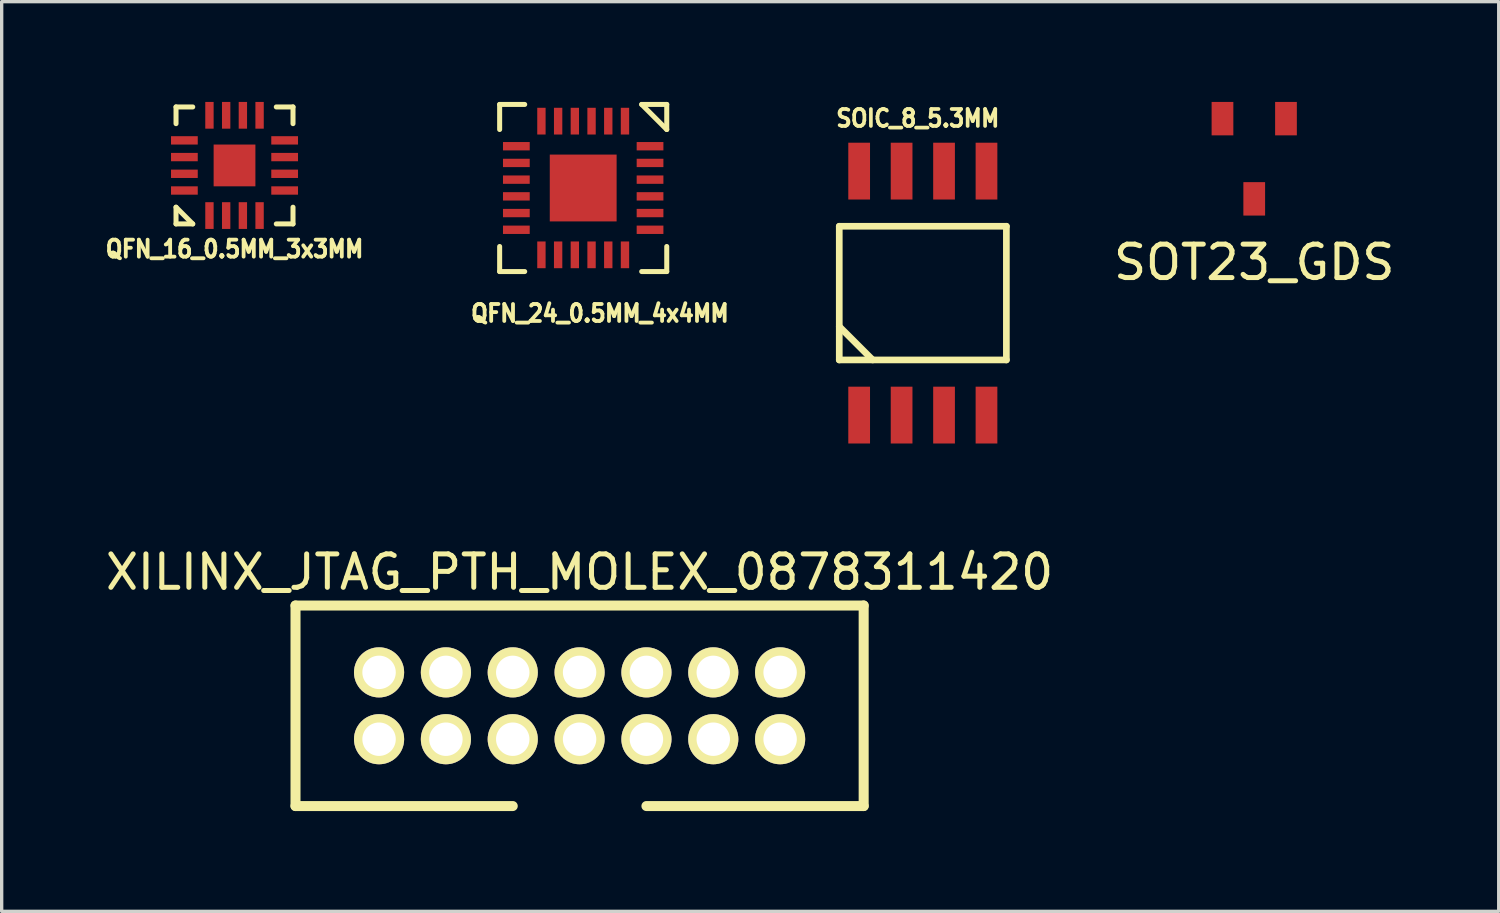
<source format=kicad_pcb>
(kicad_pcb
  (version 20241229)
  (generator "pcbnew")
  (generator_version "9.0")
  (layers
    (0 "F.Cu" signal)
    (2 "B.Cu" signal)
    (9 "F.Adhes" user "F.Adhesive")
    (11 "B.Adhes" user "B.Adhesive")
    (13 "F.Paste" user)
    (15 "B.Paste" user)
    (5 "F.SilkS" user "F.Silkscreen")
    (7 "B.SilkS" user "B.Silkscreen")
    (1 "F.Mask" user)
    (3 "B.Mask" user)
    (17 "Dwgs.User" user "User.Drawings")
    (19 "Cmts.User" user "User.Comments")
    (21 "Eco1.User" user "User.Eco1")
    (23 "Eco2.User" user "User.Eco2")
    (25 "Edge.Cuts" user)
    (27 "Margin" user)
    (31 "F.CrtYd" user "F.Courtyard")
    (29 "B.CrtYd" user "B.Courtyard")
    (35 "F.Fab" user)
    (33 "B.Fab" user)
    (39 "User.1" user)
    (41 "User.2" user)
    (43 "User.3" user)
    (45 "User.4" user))
  (footprint "SOT23_GDS"
    (layer "F.Cu")
    (at 34.478 1.7)
    (property "Reference" "SOT23_GDS" (at 0 3.1 0) (layer "F.SilkS") (effects (font (size 1 1) (thickness 0.15))))
    (attr through_hole)
    (pad "D" smd rect (at 0 1.2) (size 0.65 1) (layers "F.Cu" "F.Mask" "F.Paste"))
    (pad "G" smd rect (at 0.95 -1.2) (size 0.65 1) (layers "F.Cu" "F.Mask" "F.Paste"))
    (pad "S" smd rect (at -0.95 -1.2) (size 0.65 1) (layers "F.Cu" "F.Mask" "F.Paste")))
  (footprint "SOIC_8_5.3MM"
    (layer "F.Cu")
    (at 24.562 5.72)
    (property "Reference" "SOIC_8_5.3MM" (at -0.15 -5.23 0) (layer "F.SilkS") (effects (font (size 0.508 0.457) (thickness 0.11))))
    (attr through_hole)
    (fp_line (start -2.5 -2) (end -2.5 2) (stroke (width 0.2) (type solid)) (layer "F.SilkS"))
    (fp_line (start -2.5 1) (end -1.5 2) (stroke (width 0.2) (type solid)) (layer "F.SilkS"))
    (fp_line (start -2.5 2) (end 2.5 2) (stroke (width 0.2) (type solid)) (layer "F.SilkS"))
    (fp_line (start 2.5 -2) (end -2.5 -2) (stroke (width 0.2) (type solid)) (layer "F.SilkS"))
    (fp_line (start 2.5 2) (end 2.5 -2) (stroke (width 0.2) (type solid)) (layer "F.SilkS"))
    (pad "1" smd rect (at -1.905 3.65) (size 0.65 1.7) (layers "F.Cu" "F.Mask" "F.Paste"))
    (pad "2" smd rect (at -0.635 3.65) (size 0.65 1.7) (layers "F.Cu" "F.Mask" "F.Paste"))
    (pad "3" smd rect (at 0.635 3.65) (size 0.65 1.7) (layers "F.Cu" "F.Mask" "F.Paste"))
    (pad "4" smd rect (at 1.905 3.65) (size 0.65 1.7) (layers "F.Cu" "F.Mask" "F.Paste"))
    (pad "5" smd rect (at 1.905 -3.65) (size 0.65 1.7) (layers "F.Cu" "F.Mask" "F.Paste"))
    (pad "6" smd rect (at 0.635 -3.65) (size 0.65 1.7) (layers "F.Cu" "F.Mask" "F.Paste"))
    (pad "7" smd rect (at -0.635 -3.65) (size 0.65 1.7) (layers "F.Cu" "F.Mask" "F.Paste"))
    (pad "8" smd rect (at -1.905 -3.65) (size 0.65 1.7) (layers "F.Cu" "F.Mask" "F.Paste")))
  (footprint "XILINX_JTAG_PTH_MOLEX_0878311420"
    (layer "F.Cu")
    (at 14.292 18.068)
    (property "Reference" "XILINX_JTAG_PTH_MOLEX_0878311420" (at 0 -4 0) (layer "F.SilkS") (effects (font (size 1 1) (thickness 0.15))))
    (attr through_hole)
    (fp_line (start -8.5 -3) (end -8.5 3) (stroke (width 0.3) (type solid)) (layer "F.SilkS"))
    (fp_line (start -2 3) (end -8.5 3) (stroke (width 0.3) (type solid)) (layer "F.SilkS"))
    (fp_line (start 8.5 -3) (end -8.5 -3) (stroke (width 0.3) (type solid)) (layer "F.SilkS"))
    (fp_line (start 8.5 -3) (end 8.5 3) (stroke (width 0.3) (type solid)) (layer "F.SilkS"))
    (fp_line (start 8.5 3) (end 2 3) (stroke (width 0.3) (type solid)) (layer "F.SilkS"))
    (pad "1" thru_hole circle (at -6 1) (size 1.5 1.5) (drill 1) (layers "*.Cu" "*.Mask" "F.SilkS"))
    (pad "2" thru_hole circle (at -6 -1) (size 1.5 1.5) (drill 1) (layers "*.Cu" "*.Mask" "F.SilkS"))
    (pad "3" thru_hole circle (at -4 1) (size 1.5 1.5) (drill 1) (layers "*.Cu" "*.Mask" "F.SilkS"))
    (pad "4" thru_hole circle (at -4 -1) (size 1.5 1.5) (drill 1) (layers "*.Cu" "*.Mask" "F.SilkS"))
    (pad "5" thru_hole circle (at -2 1) (size 1.5 1.5) (drill 1) (layers "*.Cu" "*.Mask" "F.SilkS"))
    (pad "6" thru_hole circle (at -2 -1) (size 1.5 1.5) (drill 1) (layers "*.Cu" "*.Mask" "F.SilkS"))
    (pad "7" thru_hole circle (at 0 1) (size 1.5 1.5) (drill 1) (layers "*.Cu" "*.Mask" "F.SilkS"))
    (pad "8" thru_hole circle (at 0 -1) (size 1.5 1.5) (drill 1) (layers "*.Cu" "*.Mask" "F.SilkS"))
    (pad "9" thru_hole circle (at 2 1) (size 1.5 1.5) (drill 1) (layers "*.Cu" "*.Mask" "F.SilkS"))
    (pad "10" thru_hole circle (at 2 -1) (size 1.5 1.5) (drill 1) (layers "*.Cu" "*.Mask" "F.SilkS"))
    (pad "11" thru_hole circle (at 4 1) (size 1.5 1.5) (drill 1) (layers "*.Cu" "*.Mask" "F.SilkS"))
    (pad "12" thru_hole circle (at 4 -1) (size 1.5 1.5) (drill 1) (layers "*.Cu" "*.Mask" "F.SilkS"))
    (pad "13" thru_hole circle (at 6 1) (size 1.5 1.5) (drill 1) (layers "*.Cu" "*.Mask" "F.SilkS"))
    (pad "14" thru_hole circle (at 6 -1) (size 1.5 1.5) (drill 1) (layers "*.Cu" "*.Mask" "F.SilkS")))
  (footprint "QFN_16_0.5MM_3x3MM"
    (layer "F.Cu")
    (at 3.967 1.9)
    (property "Reference" "QFN_16_0.5MM_3x3MM" (at 0 2.5 0) (layer "F.SilkS") (effects (font (size 0.508 0.457) (thickness 0.114))))
    (attr through_hole)
    (fp_line (start -1.75 -1.75) (end -1.25 -1.75) (stroke (width 0.15) (type solid)) (layer "F.SilkS"))
    (fp_line (start -1.75 -1.25) (end -1.75 -1.75) (stroke (width 0.15) (type solid)) (layer "F.SilkS"))
    (fp_line (start -1.75 1.25) (end -1.25 1.75) (stroke (width 0.15) (type solid)) (layer "F.SilkS"))
    (fp_line (start -1.75 1.75) (end -1.75 1.25) (stroke (width 0.15) (type solid)) (layer "F.SilkS"))
    (fp_line (start -1.25 1.75) (end -1.75 1.75) (stroke (width 0.15) (type solid)) (layer "F.SilkS"))
    (fp_line (start 1.25 -1.75) (end 1.75 -1.75) (stroke (width 0.15) (type solid)) (layer "F.SilkS"))
    (fp_line (start 1.75 -1.75) (end 1.75 -1.25) (stroke (width 0.15) (type solid)) (layer "F.SilkS"))
    (fp_line (start 1.75 1.25) (end 1.75 1.75) (stroke (width 0.15) (type solid)) (layer "F.SilkS"))
    (fp_line (start 1.75 1.75) (end 1.25 1.75) (stroke (width 0.15) (type solid)) (layer "F.SilkS"))
    (pad "1" smd rect (at -0.75 1.5) (size 0.25 0.8) (layers "F.Cu" "F.Mask" "F.Paste"))
    (pad "2" smd rect (at -0.25 1.5) (size 0.25 0.8) (layers "F.Cu" "F.Mask" "F.Paste"))
    (pad "3" smd rect (at 0.25 1.5) (size 0.25 0.8) (layers "F.Cu" "F.Mask" "F.Paste"))
    (pad "4" smd rect (at 0.75 1.5) (size 0.25 0.8) (layers "F.Cu" "F.Mask" "F.Paste"))
    (pad "5" smd rect (at 1.5 0.75 90) (size 0.25 0.8) (layers "F.Cu" "F.Mask" "F.Paste"))
    (pad "6" smd rect (at 1.5 0.25 90) (size 0.25 0.8) (layers "F.Cu" "F.Mask" "F.Paste"))
    (pad "7" smd rect (at 1.5 -0.25 90) (size 0.25 0.8) (layers "F.Cu" "F.Mask" "F.Paste"))
    (pad "8" smd rect (at 1.5 -0.75 270) (size 0.25 0.8) (layers "F.Cu" "F.Mask" "F.Paste"))
    (pad "9" smd rect (at 0.75 -1.5) (size 0.25 0.8) (layers "F.Cu" "F.Mask" "F.Paste"))
    (pad "10" smd rect (at 0.25 -1.5) (size 0.25 0.8) (layers "F.Cu" "F.Mask" "F.Paste"))
    (pad "11" smd rect (at -0.25 -1.5) (size 0.25 0.8) (layers "F.Cu" "F.Mask" "F.Paste"))
    (pad "12" smd rect (at -0.75 -1.5) (size 0.25 0.8) (layers "F.Cu" "F.Mask" "F.Paste"))
    (pad "13" smd rect (at -1.5 -0.75 90) (size 0.25 0.8) (layers "F.Cu" "F.Mask" "F.Paste"))
    (pad "14" smd rect (at -1.5 -0.25 90) (size 0.25 0.8) (layers "F.Cu" "F.Mask" "F.Paste"))
    (pad "15" smd rect (at -1.5 0.25 90) (size 0.25 0.8) (layers "F.Cu" "F.Mask" "F.Paste"))
    (pad "16" smd rect (at -1.5 0.75 90) (size 0.25 0.8) (layers "F.Cu" "F.Mask" "F.Paste"))
    (pad "PAD" smd rect (at -0.25 -0.25) (size 0.5 0.5) (layers "F.Cu" "F.Paste"))
    (pad "PAD" smd rect (at -0.25 0.25) (size 0.5 0.5) (layers "F.Cu" "F.Paste"))
    (pad "PAD" smd rect (at 0 0) (size 1.25 1.25) (layers "F.Cu" "F.Mask"))
    (pad "PAD" smd rect (at 0.25 -0.25) (size 0.5 0.5) (layers "F.Cu" "F.Paste"))
    (pad "PAD" smd rect (at 0.25 0.25) (size 0.5 0.5) (layers "F.Cu" "F.Paste")))
  (footprint "QFN_24_0.5MM_4x4MM"
    (layer "F.Cu")
    (at 14.4 2.575)
    (property "Reference" "QFN_24_0.5MM_4x4MM" (at 0.5 3.75 0) (layer "F.SilkS") (effects (font (size 0.508 0.457) (thickness 0.114))))
    (attr through_hole)
    (fp_line (start -2.5 -2.5) (end -2.5 -1.75) (stroke (width 0.15) (type solid)) (layer "F.SilkS"))
    (fp_line (start -2.5 1.75) (end -2.5 2.5) (stroke (width 0.15) (type solid)) (layer "F.SilkS"))
    (fp_line (start -2.5 2.5) (end -1.75 2.5) (stroke (width 0.15) (type solid)) (layer "F.SilkS"))
    (fp_line (start -1.75 -2.5) (end -2.5 -2.5) (stroke (width 0.15) (type solid)) (layer "F.SilkS"))
    (fp_line (start 1.75 -2.5) (end 2.5 -2.5) (stroke (width 0.15) (type solid)) (layer "F.SilkS"))
    (fp_line (start 2.5 -2.5) (end 2.5 -1.75) (stroke (width 0.15) (type solid)) (layer "F.SilkS"))
    (fp_line (start 2.5 -1.75) (end 1.75 -2.5) (stroke (width 0.15) (type solid)) (layer "F.SilkS"))
    (fp_line (start 2.5 1.75) (end 2.5 2.5) (stroke (width 0.15) (type solid)) (layer "F.SilkS"))
    (fp_line (start 2.5 2.5) (end 1.75 2.5) (stroke (width 0.15) (type solid)) (layer "F.SilkS"))
    (pad "1" smd rect (at 1.25 -2) (size 0.25 0.8) (layers "F.Cu" "F.Mask" "F.Paste"))
    (pad "2" smd rect (at 0.75 -2) (size 0.25 0.8) (layers "F.Cu" "F.Mask" "F.Paste"))
    (pad "3" smd rect (at 0.25 -2) (size 0.25 0.8) (layers "F.Cu" "F.Mask" "F.Paste"))
    (pad "4" smd rect (at -0.25 -2) (size 0.25 0.8) (layers "F.Cu" "F.Mask" "F.Paste"))
    (pad "5" smd rect (at -0.75 -2) (size 0.25 0.8) (layers "F.Cu" "F.Mask" "F.Paste"))
    (pad "6" smd rect (at -1.25 -2) (size 0.25 0.8) (layers "F.Cu" "F.Mask" "F.Paste"))
    (pad "7" smd rect (at -2 -1.25 270) (size 0.25 0.8) (layers "F.Cu" "F.Mask" "F.Paste"))
    (pad "8" smd rect (at -2 -0.75 90) (size 0.25 0.8) (layers "F.Cu" "F.Mask" "F.Paste"))
    (pad "9" smd rect (at -2 -0.25 90) (size 0.25 0.8) (layers "F.Cu" "F.Mask" "F.Paste"))
    (pad "10" smd rect (at -2 0.25 90) (size 0.25 0.8) (layers "F.Cu" "F.Mask" "F.Paste"))
    (pad "11" smd rect (at -2 0.75 90) (size 0.25 0.8) (layers "F.Cu" "F.Mask" "F.Paste"))
    (pad "12" smd rect (at -2 1.25 90) (size 0.25 0.8) (layers "F.Cu" "F.Mask" "F.Paste"))
    (pad "13" smd rect (at -1.25 2 180) (size 0.25 0.8) (layers "F.Cu" "F.Mask" "F.Paste"))
    (pad "14" smd rect (at -0.75 2) (size 0.25 0.8) (layers "F.Cu" "F.Mask" "F.Paste"))
    (pad "15" smd rect (at -0.25 2) (size 0.25 0.8) (layers "F.Cu" "F.Mask" "F.Paste"))
    (pad "16" smd rect (at 0.25 2) (size 0.25 0.8) (layers "F.Cu" "F.Mask" "F.Paste"))
    (pad "17" smd rect (at 0.75 2) (size 0.25 0.8) (layers "F.Cu" "F.Mask" "F.Paste"))
    (pad "18" smd rect (at 1.25 2) (size 0.25 0.8) (layers "F.Cu" "F.Mask" "F.Paste"))
    (pad "19" smd rect (at 2 1.25 90) (size 0.25 0.8) (layers "F.Cu" "F.Mask" "F.Paste"))
    (pad "20" smd rect (at 2 0.75 90) (size 0.25 0.8) (layers "F.Cu" "F.Mask" "F.Paste"))
    (pad "21" smd rect (at 2 0.25 90) (size 0.25 0.8) (layers "F.Cu" "F.Mask" "F.Paste"))
    (pad "22" smd rect (at 2 -0.25 90) (size 0.25 0.8) (layers "F.Cu" "F.Mask" "F.Paste"))
    (pad "23" smd rect (at 2 -0.75 90) (size 0.25 0.8) (layers "F.Cu" "F.Mask" "F.Paste"))
    (pad "24" smd rect (at 2 -1.25 90) (size 0.25 0.8) (layers "F.Cu" "F.Mask" "F.Paste"))
    (pad "PAD" smd rect (at -0.5 -0.5) (size 0.5 0.5) (layers "F.Cu" "F.Paste"))
    (pad "PAD" smd rect (at -0.5 0.5) (size 0.5 0.5) (layers "F.Cu" "F.Paste"))
    (pad "PAD" smd rect (at 0 0) (size 0.5 0.5) (layers "F.Cu" "F.Paste"))
    (pad "PAD" smd rect (at 0 0) (size 2 2) (layers "F.Cu" "F.Mask"))
    (pad "PAD" smd rect (at 0.5 -0.5) (size 0.5 0.5) (layers "F.Cu" "F.Paste"))
    (pad "PAD" smd rect (at 0.5 0.5) (size 0.5 0.5) (layers "F.Cu" "F.Paste")))
  (gr_rect
    (start -3 -3)
    (end 41.793 24.218)
    (stroke (width 0.1) (type default))
    (fill no)
    (layer "Edge.Cuts")))
</source>
